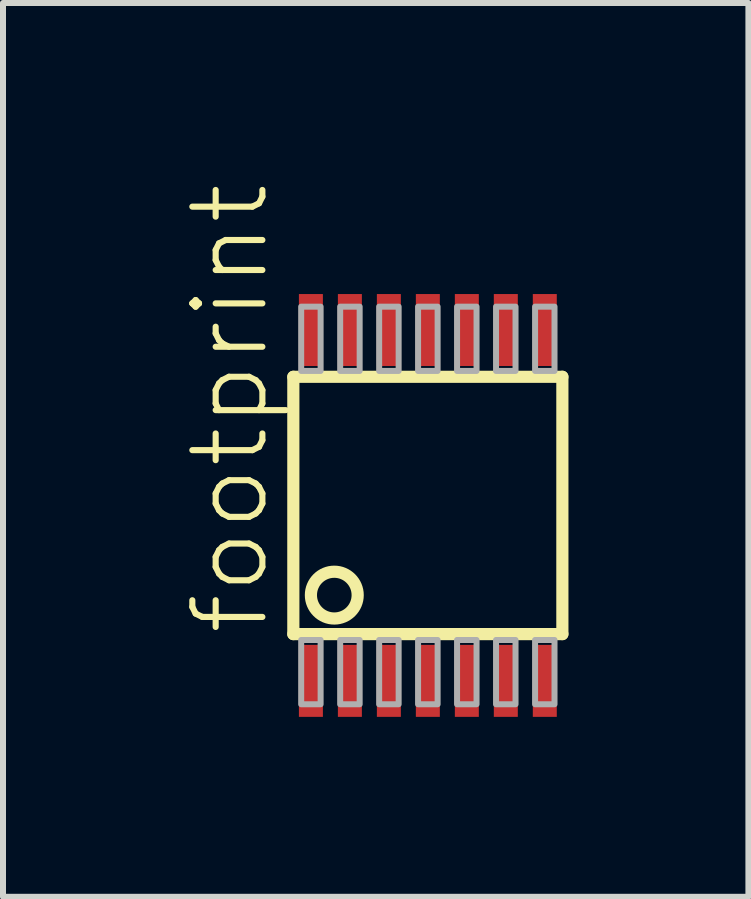
<source format=kicad_pcb>
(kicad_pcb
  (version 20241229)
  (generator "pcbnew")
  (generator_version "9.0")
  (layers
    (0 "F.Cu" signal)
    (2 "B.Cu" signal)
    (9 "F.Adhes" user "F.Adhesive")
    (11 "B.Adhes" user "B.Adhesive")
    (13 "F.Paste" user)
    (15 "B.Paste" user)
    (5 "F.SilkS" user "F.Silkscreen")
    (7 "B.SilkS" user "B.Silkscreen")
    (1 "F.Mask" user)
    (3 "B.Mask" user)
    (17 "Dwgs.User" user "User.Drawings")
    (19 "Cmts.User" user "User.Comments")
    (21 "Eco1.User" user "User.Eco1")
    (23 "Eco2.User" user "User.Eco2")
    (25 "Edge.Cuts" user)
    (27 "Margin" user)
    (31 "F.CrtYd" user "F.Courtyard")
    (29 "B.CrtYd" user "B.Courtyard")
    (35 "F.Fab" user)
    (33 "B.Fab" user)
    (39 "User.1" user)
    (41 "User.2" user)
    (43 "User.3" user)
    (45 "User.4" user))
  (footprint "footprint"
    (layer "F.Cu")
    (at 4.084 5.378)
    (property "Reference" "footprint" (at -2.611 2.204 90) (layer "F.SilkS") (effects (font (size 1.168 1.168) (thickness 0.102)) (justify left bottom)))
    (fp_line (start -2.243 -2.145) (end 2.243 -2.145) (stroke (width 0.203) (type solid)) (layer "F.SilkS"))
    (fp_line (start -2.243 2.145) (end -2.243 -2.145) (stroke (width 0.203) (type solid)) (layer "F.SilkS"))
    (fp_line (start 2.243 -2.145) (end 2.243 2.145) (stroke (width 0.203) (type solid)) (layer "F.SilkS"))
    (fp_line (start 2.243 2.145) (end -2.243 2.145) (stroke (width 0.203) (type solid)) (layer "F.SilkS"))
    (fp_circle (center -1.56 1.495) (end -1.17 1.495) (stroke (width 0.203) (type solid)) (fill no) (layer "F.SilkS"))
    (fp_poly (pts (xy -2.112 -2.243) (xy -1.788 -2.243) (xy -1.788 -3.315) (xy -2.112 -3.315)) (stroke (width 0.1) (type solid)) (fill no) (layer "F.Fab"))
    (fp_poly (pts (xy -2.112 3.315) (xy -1.788 3.315) (xy -1.788 2.243) (xy -2.112 2.243)) (stroke (width 0.1) (type solid)) (fill no) (layer "F.Fab"))
    (fp_poly (pts (xy -1.462 -2.243) (xy -1.137 -2.243) (xy -1.137 -3.315) (xy -1.462 -3.315)) (stroke (width 0.1) (type solid)) (fill no) (layer "F.Fab"))
    (fp_poly (pts (xy -1.462 3.315) (xy -1.137 3.315) (xy -1.137 2.243) (xy -1.462 2.243)) (stroke (width 0.1) (type solid)) (fill no) (layer "F.Fab"))
    (fp_poly (pts (xy -0.812 -2.243) (xy -0.487 -2.243) (xy -0.487 -3.315) (xy -0.812 -3.315)) (stroke (width 0.1) (type solid)) (fill no) (layer "F.Fab"))
    (fp_poly (pts (xy -0.812 3.315) (xy -0.487 3.315) (xy -0.487 2.243) (xy -0.812 2.243)) (stroke (width 0.1) (type solid)) (fill no) (layer "F.Fab"))
    (fp_poly (pts (xy -0.163 -2.243) (xy 0.163 -2.243) (xy 0.163 -3.315) (xy -0.163 -3.315)) (stroke (width 0.1) (type solid)) (fill no) (layer "F.Fab"))
    (fp_poly (pts (xy -0.163 3.315) (xy 0.163 3.315) (xy 0.163 2.243) (xy -0.163 2.243)) (stroke (width 0.1) (type solid)) (fill no) (layer "F.Fab"))
    (fp_poly (pts (xy 0.487 -2.243) (xy 0.812 -2.243) (xy 0.812 -3.315) (xy 0.487 -3.315)) (stroke (width 0.1) (type solid)) (fill no) (layer "F.Fab"))
    (fp_poly (pts (xy 0.487 3.315) (xy 0.812 3.315) (xy 0.812 2.243) (xy 0.487 2.243)) (stroke (width 0.1) (type solid)) (fill no) (layer "F.Fab"))
    (fp_poly (pts (xy 1.137 -2.243) (xy 1.462 -2.243) (xy 1.462 -3.315) (xy 1.137 -3.315)) (stroke (width 0.1) (type solid)) (fill no) (layer "F.Fab"))
    (fp_poly (pts (xy 1.137 3.315) (xy 1.462 3.315) (xy 1.462 2.243) (xy 1.137 2.243)) (stroke (width 0.1) (type solid)) (fill no) (layer "F.Fab"))
    (fp_poly (pts (xy 1.788 3.315) (xy 2.112 3.315) (xy 2.112 2.243) (xy 1.788 2.243)) (stroke (width 0.1) (type solid)) (fill no) (layer "F.Fab"))
    (fp_poly (pts (xy 2.112 -3.315) (xy 1.788 -3.315) (xy 1.788 -2.243) (xy 2.112 -2.243)) (stroke (width 0.1) (type solid)) (fill no) (layer "F.Fab"))
    (pad "1" smd rect (at -1.95 2.925) (size 0.4 1.2) (layers "F.Cu" "F.Mask" "F.Paste"))
    (pad "2" smd rect (at -1.3 2.925) (size 0.4 1.2) (layers "F.Cu" "F.Mask" "F.Paste"))
    (pad "3" smd rect (at -0.65 2.925) (size 0.4 1.2) (layers "F.Cu" "F.Mask" "F.Paste"))
    (pad "4" smd rect (at 0 2.925) (size 0.4 1.2) (layers "F.Cu" "F.Mask" "F.Paste"))
    (pad "5" smd rect (at 0.65 2.925) (size 0.4 1.2) (layers "F.Cu" "F.Mask" "F.Paste"))
    (pad "6" smd rect (at 1.3 2.925) (size 0.4 1.2) (layers "F.Cu" "F.Mask" "F.Paste"))
    (pad "7" smd rect (at 1.95 2.925) (size 0.4 1.2) (layers "F.Cu" "F.Mask" "F.Paste"))
    (pad "8" smd rect (at 1.95 -2.925 180) (size 0.4 1.2) (layers "F.Cu" "F.Mask" "F.Paste"))
    (pad "9" smd rect (at 1.3 -2.925) (size 0.4 1.2) (layers "F.Cu" "F.Mask" "F.Paste"))
    (pad "10" smd rect (at 0.65 -2.925) (size 0.4 1.2) (layers "F.Cu" "F.Mask" "F.Paste"))
    (pad "11" smd rect (at 0 -2.925) (size 0.4 1.2) (layers "F.Cu" "F.Mask" "F.Paste"))
    (pad "12" smd rect (at -0.65 -2.925) (size 0.4 1.2) (layers "F.Cu" "F.Mask" "F.Paste"))
    (pad "13" smd rect (at -1.3 -2.925) (size 0.4 1.2) (layers "F.Cu" "F.Mask" "F.Paste"))
    (pad "14" smd rect (at -1.95 -2.925) (size 0.4 1.2) (layers "F.Cu" "F.Mask" "F.Paste")))
  (gr_rect
    (start -3 -3)
    (end 9.429 11.903)
    (stroke (width 0.1) (type default))
    (fill no)
    (layer "Edge.Cuts")))
</source>
